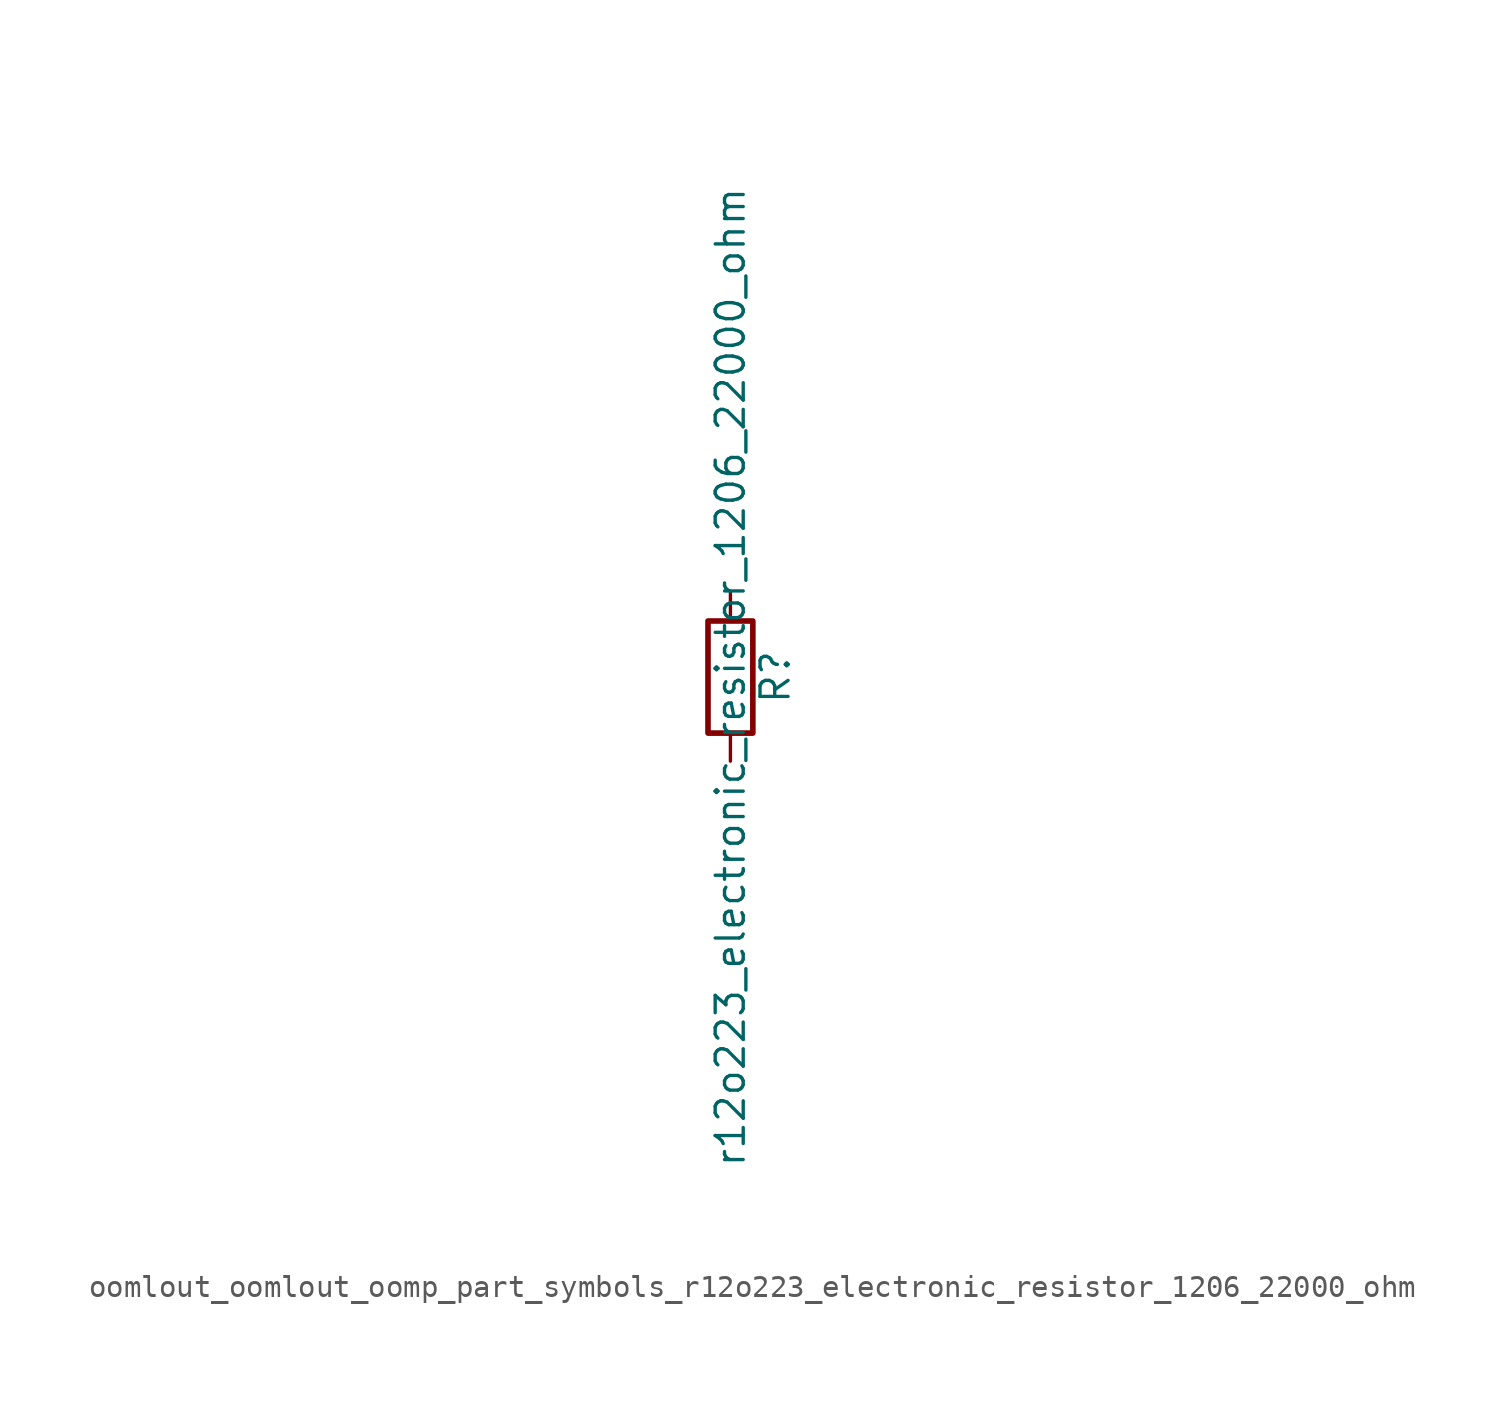
<source format=kicad_sym>
(kicad_symbol_lib
  (version 20220914)
  (generator kicad_symbol_editor)
  (symbol "oomlout_oomlout_oomp_part_symbols_r12o223_electronic_resistor_1206_22000_ohm"
    (pin_numbers hide)
    (pin_names
      (offset 0))
    (property "Reference" "R"
      (at 2.032 0 90)
      (effects (font (size 1.27 1.27))))
    (property "Value" "r12o223_electronic_resistor_1206_22000_ohm"
      (at 0 0 90)
      (effects (font (size 1.27 1.27))))
    (symbol "oomlout_oomlout_oomp_part_symbols_r12o223_electronic_resistor_1206_22000_ohm_0_1"
      (rectangle (start -1.016 -2.54) (end 1.016 2.54) (stroke (width 0.254) (type default)) (fill (type none))))
    (symbol "oomlout_oomlout_oomp_part_symbols_r12o223_electronic_resistor_1206_22000_ohm_1_1"
      (pin passive line (at 0 3.81 270) (length 1.27) (name "~" (effects (font (size 1.27 1.27)))) (number "1" (effects (font (size 1.27 1.27)))))
      (pin passive line (at 0 -3.81 90) (length 1.27) (name "~" (effects (font (size 1.27 1.27)))) (number "2" (effects (font (size 1.27 1.27))))))))
</source>
